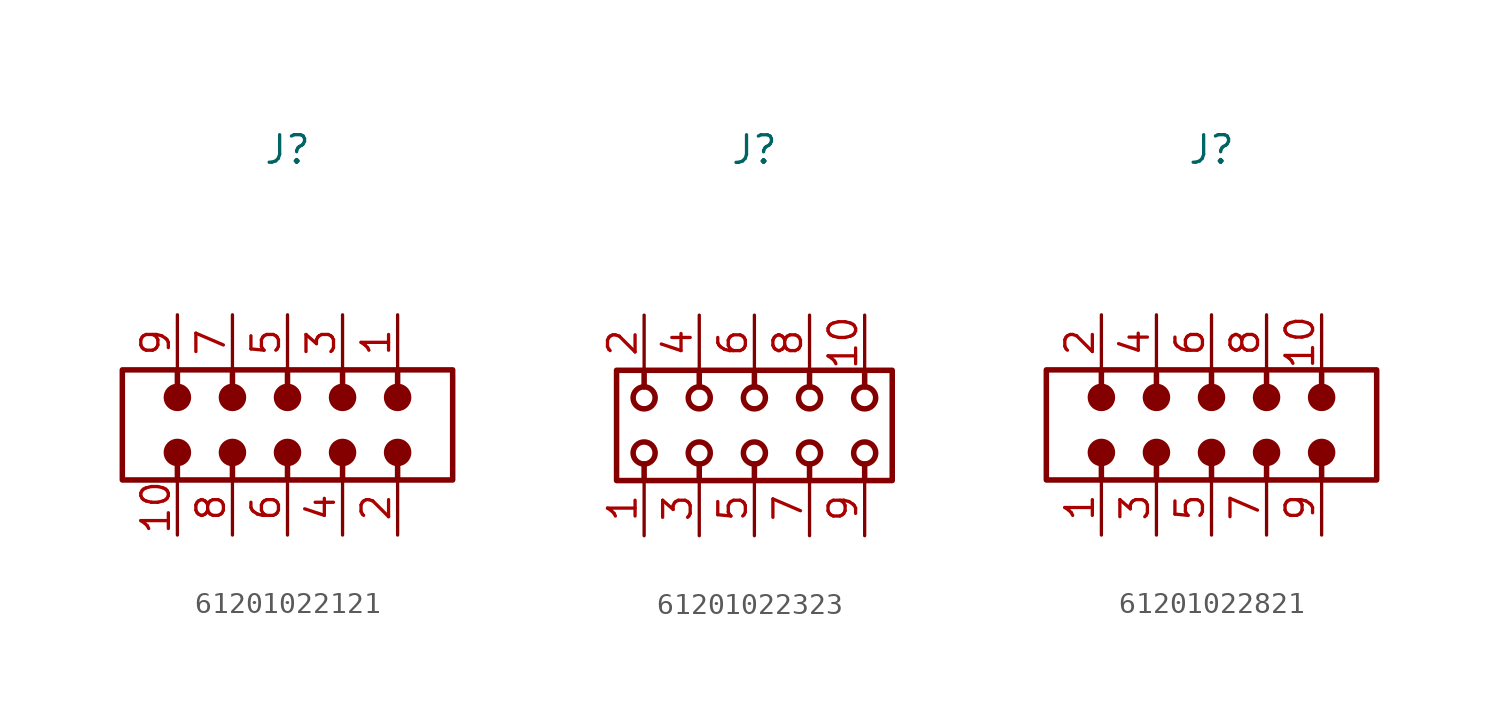
<source format=kicad_sym>
(kicad_symbol_lib
  (version 20241209)
  (generator "kicad_symbol_editor")
  (generator_version "9.0")
  (symbol "61201022121"
    (pin_names
      (hide yes))
    (property "Reference" "J"
      (at 0 12.7 0)
      (effects (font (size 1.27 1.27))))
    (symbol "61201022121_1_1"
      (polyline (pts (xy -5.08 1.778) (xy -5.08 2.54)) (stroke (width 0.254) (type solid)) (fill (type none)))
      (circle (center -5.08 1.27) (radius 0.508) (stroke (width 0.254) (type solid)) (fill (type outline)))
      (circle (center -5.08 -1.27) (radius 0.508) (stroke (width 0.254) (type solid)) (fill (type outline)))
      (polyline (pts (xy -5.08 -1.778) (xy -5.08 -2.54)) (stroke (width 0.254) (type solid)) (fill (type none)))
      (polyline (pts (xy -2.54 1.778) (xy -2.54 2.54)) (stroke (width 0.254) (type solid)) (fill (type none)))
      (circle (center -2.54 1.27) (radius 0.508) (stroke (width 0.254) (type solid)) (fill (type outline)))
      (circle (center -2.54 -1.27) (radius 0.508) (stroke (width 0.254) (type solid)) (fill (type outline)))
      (polyline (pts (xy -2.54 -1.778) (xy -2.54 -2.54)) (stroke (width 0.254) (type solid)) (fill (type none)))
      (polyline (pts (xy 0 1.778) (xy 0 2.54)) (stroke (width 0.254) (type solid)) (fill (type none)))
      (circle (center 0 1.27) (radius 0.508) (stroke (width 0.254) (type solid)) (fill (type outline)))
      (circle (center 0 -1.27) (radius 0.508) (stroke (width 0.254) (type solid)) (fill (type outline)))
      (polyline (pts (xy 0 -1.778) (xy 0 -2.54)) (stroke (width 0.254) (type solid)) (fill (type none)))
      (polyline (pts (xy 2.54 1.778) (xy 2.54 2.54)) (stroke (width 0.254) (type solid)) (fill (type none)))
      (circle (center 2.54 1.27) (radius 0.508) (stroke (width 0.254) (type solid)) (fill (type outline)))
      (circle (center 2.54 -1.27) (radius 0.508) (stroke (width 0.254) (type solid)) (fill (type outline)))
      (polyline (pts (xy 2.54 -1.778) (xy 2.54 -2.54)) (stroke (width 0.254) (type solid)) (fill (type none)))
      (polyline (pts (xy 5.08 1.778) (xy 5.08 2.54)) (stroke (width 0.254) (type solid)) (fill (type none)))
      (circle (center 5.08 1.27) (radius 0.508) (stroke (width 0.254) (type solid)) (fill (type outline)))
      (circle (center 5.08 -1.27) (radius 0.508) (stroke (width 0.254) (type solid)) (fill (type outline)))
      (polyline (pts (xy 5.08 -1.778) (xy 5.08 -2.54)) (stroke (width 0.254) (type solid)) (fill (type none)))
      (rectangle (start 7.62 -2.54) (end -7.62 2.54) (stroke (width 0.254) (type solid)) (fill (type none)))
      (pin passive line (at -5.08 5.08 270) (length 2.54) (name "9" (effects (font (size 1.27 1.27)))) (number "9" (effects (font (size 1.27 1.27)))))
      (pin passive line (at -5.08 -5.08 90) (length 2.54) (name "10" (effects (font (size 1.27 1.27)))) (number "10" (effects (font (size 1.27 1.27)))))
      (pin passive line (at -2.54 5.08 270) (length 2.54) (name "7" (effects (font (size 1.27 1.27)))) (number "7" (effects (font (size 1.27 1.27)))))
      (pin passive line (at -2.54 -5.08 90) (length 2.54) (name "8" (effects (font (size 1.27 1.27)))) (number "8" (effects (font (size 1.27 1.27)))))
      (pin passive line (at 0 5.08 270) (length 2.54) (name "5" (effects (font (size 1.27 1.27)))) (number "5" (effects (font (size 1.27 1.27)))))
      (pin passive line (at 0 -5.08 90) (length 2.54) (name "6" (effects (font (size 1.27 1.27)))) (number "6" (effects (font (size 1.27 1.27)))))
      (pin passive line (at 2.54 5.08 270) (length 2.54) (name "3" (effects (font (size 1.27 1.27)))) (number "3" (effects (font (size 1.27 1.27)))))
      (pin passive line (at 2.54 -5.08 90) (length 2.54) (name "4" (effects (font (size 1.27 1.27)))) (number "4" (effects (font (size 1.27 1.27)))))
      (pin passive line (at 5.08 5.08 270) (length 2.54) (name "1" (effects (font (size 1.27 1.27)))) (number "1" (effects (font (size 1.27 1.27)))))
      (pin passive line (at 5.08 -5.08 90) (length 2.54) (name "2" (effects (font (size 1.27 1.27)))) (number "2" (effects (font (size 1.27 1.27)))))))
  (symbol "61201022323"
    (pin_names
      (hide yes))
    (property "Reference" "J"
      (at 0 12.7 0)
      (effects (font (size 1.27 1.27))))
    (symbol "61201022323_1_1"
      (rectangle (start -6.35 2.54) (end 6.35 -2.54) (stroke (width 0.254) (type solid)) (fill (type none)))
      (polyline (pts (xy -5.08 1.778) (xy -5.08 2.54)) (stroke (width 0.254) (type solid)) (fill (type none)))
      (circle (center -5.08 1.27) (radius 0.508) (stroke (width 0.254) (type solid)) (fill (type none)))
      (circle (center -5.08 -1.27) (radius 0.508) (stroke (width 0.254) (type solid)) (fill (type none)))
      (polyline (pts (xy -5.08 -1.778) (xy -5.08 -2.54)) (stroke (width 0.254) (type solid)) (fill (type none)))
      (polyline (pts (xy -2.54 1.778) (xy -2.54 2.54)) (stroke (width 0.254) (type solid)) (fill (type none)))
      (circle (center -2.54 1.27) (radius 0.508) (stroke (width 0.254) (type solid)) (fill (type none)))
      (circle (center -2.54 -1.27) (radius 0.508) (stroke (width 0.254) (type solid)) (fill (type none)))
      (polyline (pts (xy -2.54 -1.778) (xy -2.54 -2.54)) (stroke (width 0.254) (type solid)) (fill (type none)))
      (polyline (pts (xy 0 1.778) (xy 0 2.54)) (stroke (width 0.254) (type solid)) (fill (type none)))
      (circle (center 0 1.27) (radius 0.508) (stroke (width 0.254) (type solid)) (fill (type none)))
      (circle (center 0 -1.27) (radius 0.508) (stroke (width 0.254) (type solid)) (fill (type none)))
      (polyline (pts (xy 0 -1.778) (xy 0 -2.54)) (stroke (width 0.254) (type solid)) (fill (type none)))
      (polyline (pts (xy 2.54 1.778) (xy 2.54 2.54)) (stroke (width 0.254) (type solid)) (fill (type none)))
      (circle (center 2.54 1.27) (radius 0.508) (stroke (width 0.254) (type solid)) (fill (type none)))
      (circle (center 2.54 -1.27) (radius 0.508) (stroke (width 0.254) (type solid)) (fill (type none)))
      (polyline (pts (xy 2.54 -1.778) (xy 2.54 -2.54)) (stroke (width 0.254) (type solid)) (fill (type none)))
      (polyline (pts (xy 5.08 1.778) (xy 5.08 2.54)) (stroke (width 0.254) (type solid)) (fill (type none)))
      (circle (center 5.08 1.27) (radius 0.508) (stroke (width 0.254) (type solid)) (fill (type none)))
      (circle (center 5.08 -1.27) (radius 0.508) (stroke (width 0.254) (type solid)) (fill (type none)))
      (polyline (pts (xy 5.08 -1.778) (xy 5.08 -2.54)) (stroke (width 0.254) (type solid)) (fill (type none)))
      (pin passive line (at -5.08 5.08 270) (length 2.54) (name "2" (effects (font (size 1.27 1.27)))) (number "2" (effects (font (size 1.27 1.27)))))
      (pin passive line (at -5.08 -5.08 90) (length 2.54) (name "1" (effects (font (size 1.27 1.27)))) (number "1" (effects (font (size 1.27 1.27)))))
      (pin passive line (at -2.54 5.08 270) (length 2.54) (name "4" (effects (font (size 1.27 1.27)))) (number "4" (effects (font (size 1.27 1.27)))))
      (pin passive line (at -2.54 -5.08 90) (length 2.54) (name "3" (effects (font (size 1.27 1.27)))) (number "3" (effects (font (size 1.27 1.27)))))
      (pin passive line (at 0 5.08 270) (length 2.54) (name "6" (effects (font (size 1.27 1.27)))) (number "6" (effects (font (size 1.27 1.27)))))
      (pin passive line (at 0 -5.08 90) (length 2.54) (name "5" (effects (font (size 1.27 1.27)))) (number "5" (effects (font (size 1.27 1.27)))))
      (pin passive line (at 2.54 5.08 270) (length 2.54) (name "8" (effects (font (size 1.27 1.27)))) (number "8" (effects (font (size 1.27 1.27)))))
      (pin passive line (at 2.54 -5.08 90) (length 2.54) (name "7" (effects (font (size 1.27 1.27)))) (number "7" (effects (font (size 1.27 1.27)))))
      (pin passive line (at 5.08 5.08 270) (length 2.54) (name "10" (effects (font (size 1.27 1.27)))) (number "10" (effects (font (size 1.27 1.27)))))
      (pin passive line (at 5.08 -5.08 90) (length 2.54) (name "9" (effects (font (size 1.27 1.27)))) (number "9" (effects (font (size 1.27 1.27)))))))
  (symbol "61201022821"
    (pin_names
      (hide yes))
    (property "Reference" "J"
      (at 0 12.7 0)
      (effects (font (size 1.27 1.27))))
    (symbol "61201022821_1_1"
      (rectangle (start -7.62 2.54) (end 7.62 -2.54) (stroke (width 0.254) (type solid)) (fill (type none)))
      (polyline (pts (xy -5.08 1.778) (xy -5.08 2.54)) (stroke (width 0.254) (type solid)) (fill (type none)))
      (circle (center -5.08 1.27) (radius 0.508) (stroke (width 0.254) (type solid)) (fill (type outline)))
      (circle (center -5.08 -1.27) (radius 0.508) (stroke (width 0.254) (type solid)) (fill (type outline)))
      (polyline (pts (xy -5.08 -1.778) (xy -5.08 -2.54)) (stroke (width 0.254) (type solid)) (fill (type none)))
      (polyline (pts (xy -2.54 1.778) (xy -2.54 2.54)) (stroke (width 0.254) (type solid)) (fill (type none)))
      (circle (center -2.54 1.27) (radius 0.508) (stroke (width 0.254) (type solid)) (fill (type outline)))
      (circle (center -2.54 -1.27) (radius 0.508) (stroke (width 0.254) (type solid)) (fill (type outline)))
      (polyline (pts (xy -2.54 -1.778) (xy -2.54 -2.54)) (stroke (width 0.254) (type solid)) (fill (type none)))
      (polyline (pts (xy 0 1.778) (xy 0 2.54)) (stroke (width 0.254) (type solid)) (fill (type none)))
      (circle (center 0 1.27) (radius 0.508) (stroke (width 0.254) (type solid)) (fill (type outline)))
      (circle (center 0 -1.27) (radius 0.508) (stroke (width 0.254) (type solid)) (fill (type outline)))
      (polyline (pts (xy 0 -1.778) (xy 0 -2.54)) (stroke (width 0.254) (type solid)) (fill (type none)))
      (polyline (pts (xy 2.54 1.778) (xy 2.54 2.54)) (stroke (width 0.254) (type solid)) (fill (type none)))
      (circle (center 2.54 1.27) (radius 0.508) (stroke (width 0.254) (type solid)) (fill (type outline)))
      (circle (center 2.54 -1.27) (radius 0.508) (stroke (width 0.254) (type solid)) (fill (type outline)))
      (polyline (pts (xy 2.54 -1.778) (xy 2.54 -2.54)) (stroke (width 0.254) (type solid)) (fill (type none)))
      (polyline (pts (xy 5.08 1.778) (xy 5.08 2.54)) (stroke (width 0.254) (type solid)) (fill (type none)))
      (circle (center 5.08 1.27) (radius 0.508) (stroke (width 0.254) (type solid)) (fill (type outline)))
      (circle (center 5.08 -1.27) (radius 0.508) (stroke (width 0.254) (type solid)) (fill (type outline)))
      (polyline (pts (xy 5.08 -1.778) (xy 5.08 -2.54)) (stroke (width 0.254) (type solid)) (fill (type none)))
      (pin passive line (at -5.08 5.08 270) (length 2.54) (name "2" (effects (font (size 1.27 1.27)))) (number "2" (effects (font (size 1.27 1.27)))))
      (pin passive line (at -5.08 -5.08 90) (length 2.54) (name "1" (effects (font (size 1.27 1.27)))) (number "1" (effects (font (size 1.27 1.27)))))
      (pin passive line (at -2.54 5.08 270) (length 2.54) (name "4" (effects (font (size 1.27 1.27)))) (number "4" (effects (font (size 1.27 1.27)))))
      (pin passive line (at -2.54 -5.08 90) (length 2.54) (name "3" (effects (font (size 1.27 1.27)))) (number "3" (effects (font (size 1.27 1.27)))))
      (pin passive line (at 0 5.08 270) (length 2.54) (name "6" (effects (font (size 1.27 1.27)))) (number "6" (effects (font (size 1.27 1.27)))))
      (pin passive line (at 0 -5.08 90) (length 2.54) (name "5" (effects (font (size 1.27 1.27)))) (number "5" (effects (font (size 1.27 1.27)))))
      (pin passive line (at 2.54 5.08 270) (length 2.54) (name "8" (effects (font (size 1.27 1.27)))) (number "8" (effects (font (size 1.27 1.27)))))
      (pin passive line (at 2.54 -5.08 90) (length 2.54) (name "7" (effects (font (size 1.27 1.27)))) (number "7" (effects (font (size 1.27 1.27)))))
      (pin passive line (at 5.08 5.08 270) (length 2.54) (name "10" (effects (font (size 1.27 1.27)))) (number "10" (effects (font (size 1.27 1.27)))))
      (pin passive line (at 5.08 -5.08 90) (length 2.54) (name "9" (effects (font (size 1.27 1.27)))) (number "9" (effects (font (size 1.27 1.27))))))))
</source>
